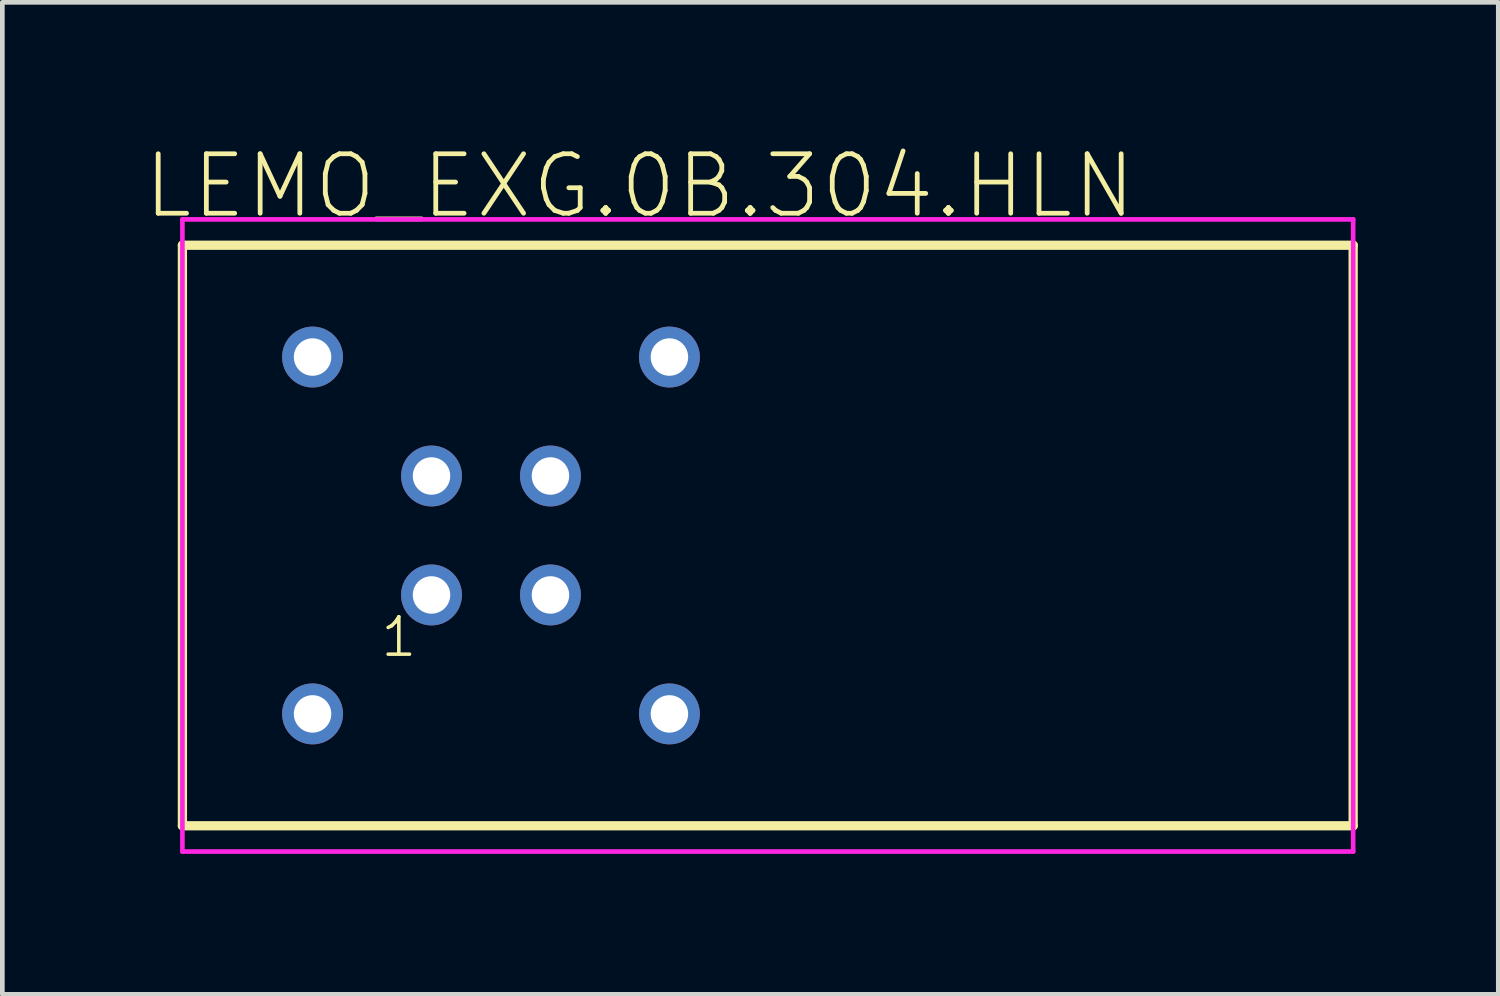
<source format=kicad_pcb>
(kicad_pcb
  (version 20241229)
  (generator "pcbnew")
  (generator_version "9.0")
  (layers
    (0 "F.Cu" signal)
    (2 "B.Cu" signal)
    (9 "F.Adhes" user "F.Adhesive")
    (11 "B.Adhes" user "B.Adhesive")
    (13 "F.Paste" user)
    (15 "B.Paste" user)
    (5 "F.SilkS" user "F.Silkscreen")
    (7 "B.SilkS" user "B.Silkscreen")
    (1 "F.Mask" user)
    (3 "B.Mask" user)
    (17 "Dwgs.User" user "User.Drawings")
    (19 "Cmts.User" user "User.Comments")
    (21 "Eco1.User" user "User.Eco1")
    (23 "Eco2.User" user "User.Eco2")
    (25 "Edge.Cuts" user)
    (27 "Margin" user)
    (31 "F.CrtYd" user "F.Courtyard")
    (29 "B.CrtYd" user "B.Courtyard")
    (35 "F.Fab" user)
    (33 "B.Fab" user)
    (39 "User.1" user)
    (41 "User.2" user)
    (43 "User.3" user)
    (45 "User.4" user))
  (footprint "LEMO_EXG.0B.304.HLN"
    (layer "F.Cu")
    (at 7.434 8.384)
    (property "Reference" "LEMO_EXG.0B.304.HLN" (at 3.175 -7.463 0) (layer "F.SilkS") (effects (font (size 1.27 1.27) (thickness 0.102))))
    (attr through_hole exclude_from_pos_files exclude_from_bom)
    (fp_line (start -6.589 -6.198) (end -6.589 6.198) (stroke (width 0.198) (type solid)) (layer "F.SilkS"))
    (fp_line (start -6.589 -6.198) (end 18.41 -6.198) (stroke (width 0.198) (type solid)) (layer "F.SilkS"))
    (fp_line (start -6.589 6.198) (end 18.41 6.198) (stroke (width 0.198) (type solid)) (layer "F.SilkS"))
    (fp_line (start 18.41 -6.198) (end 18.41 6.198) (stroke (width 0.198) (type solid)) (layer "F.SilkS"))
    (fp_line (start -6.589 -6.749) (end -6.589 6.749) (stroke (width 0.099) (type solid)) (layer "F.CrtYd"))
    (fp_line (start -6.589 -6.749) (end 18.41 -6.749) (stroke (width 0.099) (type solid)) (layer "F.CrtYd"))
    (fp_line (start -6.589 6.749) (end 18.41 6.749) (stroke (width 0.099) (type solid)) (layer "F.CrtYd"))
    (fp_line (start 18.41 -6.749) (end 18.41 6.749) (stroke (width 0.099) (type solid)) (layer "F.CrtYd"))
    (fp_text user "1" (at -1.968 2.169 0) (layer "F.SilkS") (effects (font (size 0.798 0.798) (thickness 0.076))))
    (pad "1" thru_hole circle (at -1.27 1.27) (size 1.3 1.3) (drill 0.8) (layers "*.Cu" "*.Paste" "*.Mask"))
    (pad "2" thru_hole circle (at 1.27 1.27) (size 1.3 1.3) (drill 0.8) (layers "*.Cu" "*.Paste" "*.Mask"))
    (pad "3" thru_hole circle (at 1.27 -1.27) (size 1.3 1.3) (drill 0.8) (layers "*.Cu" "*.Paste" "*.Mask"))
    (pad "4" thru_hole circle (at -1.27 -1.27) (size 1.3 1.3) (drill 0.8) (layers "*.Cu" "*.Paste" "*.Mask"))
    (pad "6" thru_hole circle (at -3.81 3.81) (size 1.3 1.3) (drill 0.8) (layers "*.Cu" "*.Paste" "*.Mask"))
    (pad "7" thru_hole circle (at 3.81 3.81) (size 1.3 1.3) (drill 0.8) (layers "*.Cu" "*.Paste" "*.Mask"))
    (pad "8" thru_hole circle (at 3.81 -3.81) (size 1.3 1.3) (drill 0.8) (layers "*.Cu" "*.Paste" "*.Mask"))
    (pad "9" thru_hole circle (at -3.81 -3.81) (size 1.3 1.3) (drill 0.8) (layers "*.Cu" "*.Paste" "*.Mask")))
  (gr_rect
    (start -3 -3)
    (end 28.943 18.182)
    (stroke (width 0.1) (type default))
    (fill no)
    (layer "Edge.Cuts")))
</source>
